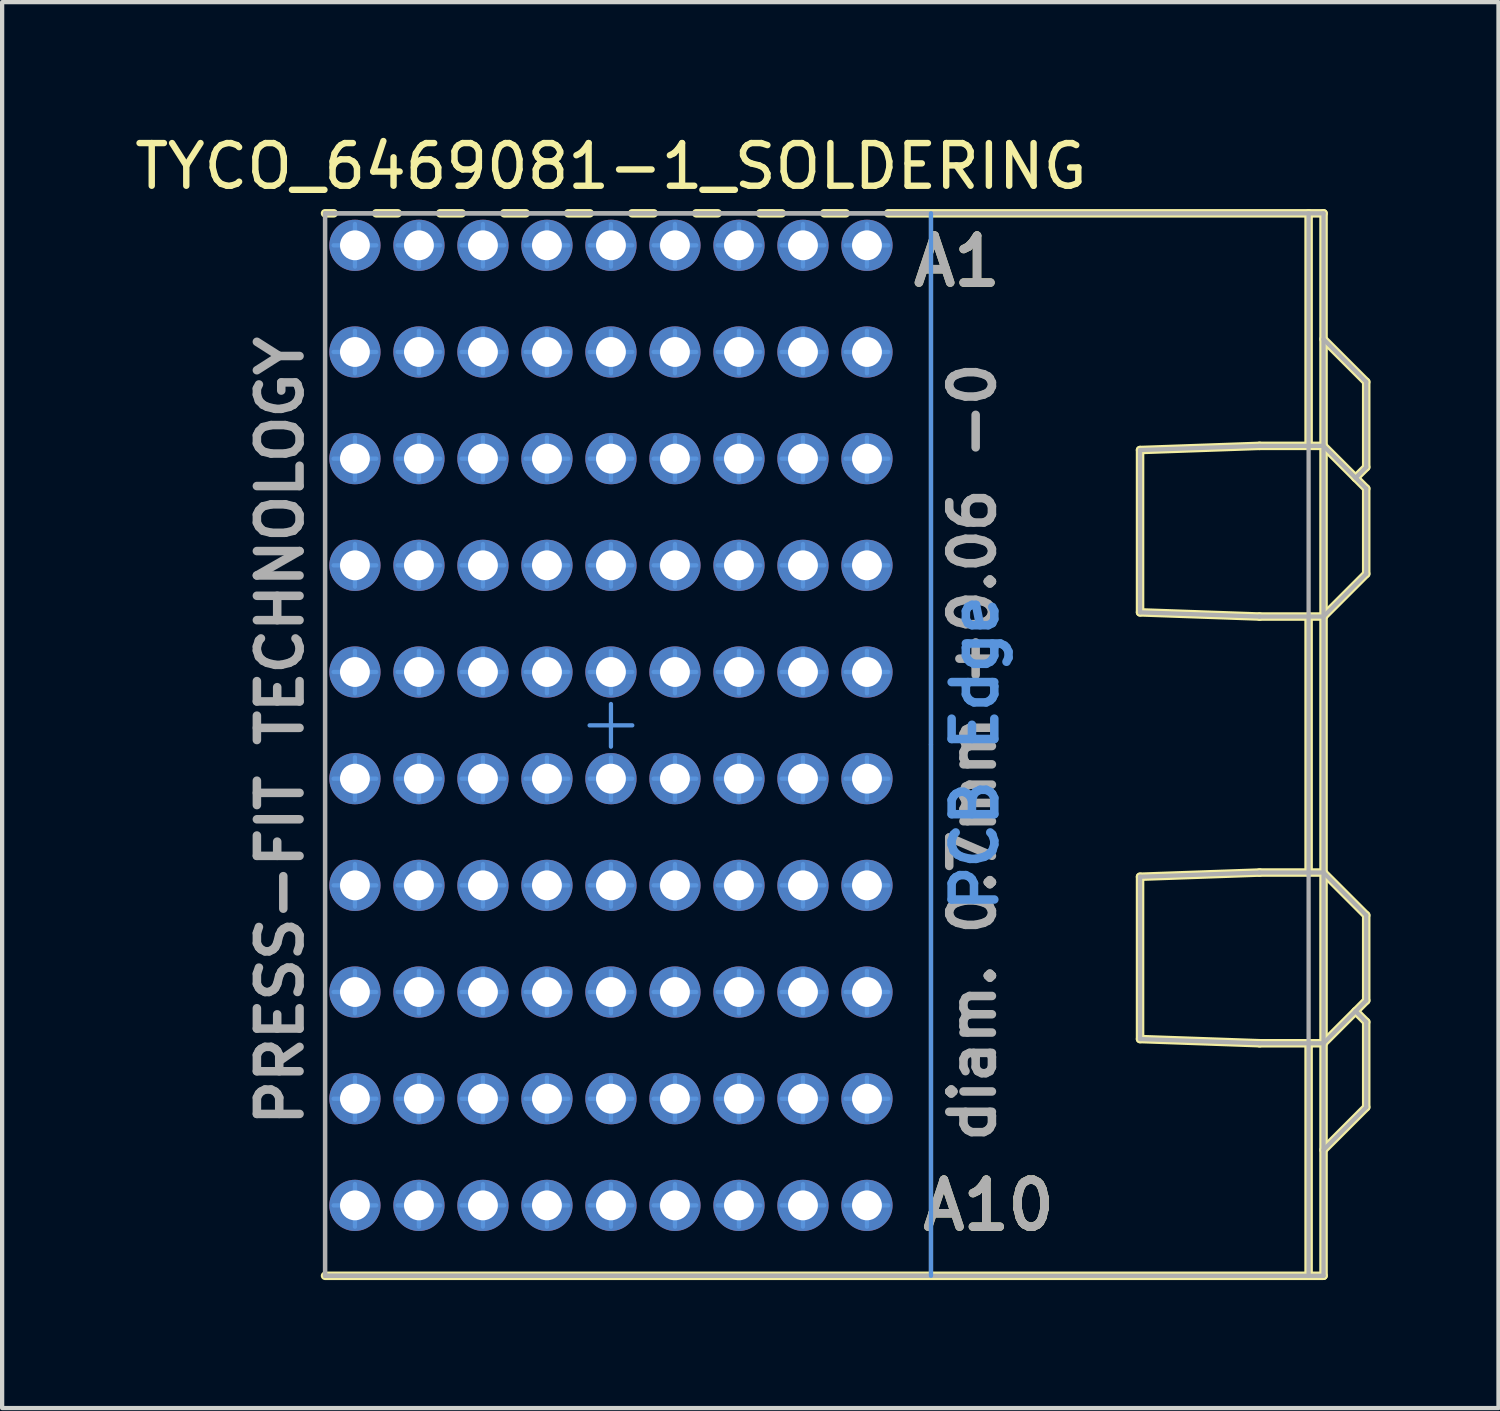
<source format=kicad_pcb>
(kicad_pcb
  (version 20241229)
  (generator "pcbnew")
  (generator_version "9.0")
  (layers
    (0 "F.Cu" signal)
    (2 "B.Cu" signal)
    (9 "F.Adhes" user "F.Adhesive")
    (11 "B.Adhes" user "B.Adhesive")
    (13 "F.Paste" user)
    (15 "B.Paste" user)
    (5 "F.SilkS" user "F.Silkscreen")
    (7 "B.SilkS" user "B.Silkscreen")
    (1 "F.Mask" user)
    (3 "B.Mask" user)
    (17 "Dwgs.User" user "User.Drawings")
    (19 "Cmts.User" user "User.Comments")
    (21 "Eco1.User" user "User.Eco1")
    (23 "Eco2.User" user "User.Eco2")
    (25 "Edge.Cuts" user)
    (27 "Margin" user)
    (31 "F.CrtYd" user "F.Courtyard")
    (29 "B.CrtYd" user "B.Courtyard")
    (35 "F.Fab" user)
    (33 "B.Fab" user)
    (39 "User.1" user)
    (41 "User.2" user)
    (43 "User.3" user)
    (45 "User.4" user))
  (footprint "TYCO_6469081-1_SOLDERING"
    (layer "F.Cu")
    (at 11.268 13.949)
    (property "Reference" "TYCO_6469081-1_SOLDERING" (at 0 -13.101 0) (layer "F.SilkS") (effects (font (size 1 1) (thickness 0.15))))
    (attr through_hole)
    (fp_line (start -6.7 -12) (end -6.497 -12) (stroke (width 0.2) (type solid)) (layer "F.SilkS"))
    (fp_line (start -6.7 12.9) (end 16.7 12.9) (stroke (width 0.2) (type solid)) (layer "F.SilkS"))
    (fp_line (start -5.502 -12) (end -4.997 -12) (stroke (width 0.2) (type solid)) (layer "F.SilkS"))
    (fp_line (start -4.002 -12) (end -3.497 -12) (stroke (width 0.2) (type solid)) (layer "F.SilkS"))
    (fp_line (start -2.502 -12) (end -1.997 -12) (stroke (width 0.2) (type solid)) (layer "F.SilkS"))
    (fp_line (start -1.002 -12) (end -0.497 -12) (stroke (width 0.2) (type solid)) (layer "F.SilkS"))
    (fp_line (start 0.498 -12) (end 1.003 -12) (stroke (width 0.2) (type solid)) (layer "F.SilkS"))
    (fp_line (start 1.998 -12) (end 2.503 -12) (stroke (width 0.2) (type solid)) (layer "F.SilkS"))
    (fp_line (start 3.498 -12) (end 4.003 -12) (stroke (width 0.2) (type solid)) (layer "F.SilkS"))
    (fp_line (start 4.998 -12) (end 5.503 -12) (stroke (width 0.2) (type solid)) (layer "F.SilkS"))
    (fp_line (start 6.498 -12) (end 16.7 -12) (stroke (width 0.2) (type solid)) (layer "F.SilkS"))
    (fp_line (start 12.4 -6.452) (end 15.2 -6.55) (stroke (width 0.2) (type solid)) (layer "F.SilkS"))
    (fp_line (start 12.4 -2.648) (end 12.4 -6.452) (stroke (width 0.2) (type solid)) (layer "F.SilkS"))
    (fp_line (start 12.4 -2.648) (end 15.2 -2.55) (stroke (width 0.2) (type solid)) (layer "F.SilkS"))
    (fp_line (start 12.4 3.548) (end 15.2 3.45) (stroke (width 0.2) (type solid)) (layer "F.SilkS"))
    (fp_line (start 12.4 7.352) (end 12.4 3.548) (stroke (width 0.2) (type solid)) (layer "F.SilkS"))
    (fp_line (start 12.4 7.352) (end 15.2 7.45) (stroke (width 0.2) (type solid)) (layer "F.SilkS"))
    (fp_line (start 15.2 -6.55) (end 16.7 -6.55) (stroke (width 0.2) (type solid)) (layer "F.SilkS"))
    (fp_line (start 15.2 -2.55) (end 16.7 -2.55) (stroke (width 0.2) (type solid)) (layer "F.SilkS"))
    (fp_line (start 15.2 3.45) (end 16.7 3.45) (stroke (width 0.2) (type solid)) (layer "F.SilkS"))
    (fp_line (start 15.2 7.45) (end 16.7 7.45) (stroke (width 0.2) (type solid)) (layer "F.SilkS"))
    (fp_line (start 16.35 -6.55) (end 16.35 -12) (stroke (width 0.2) (type solid)) (layer "F.SilkS"))
    (fp_line (start 16.35 3.45) (end 16.35 -2.55) (stroke (width 0.2) (type solid)) (layer "F.SilkS"))
    (fp_line (start 16.35 12.9) (end 16.35 7.45) (stroke (width 0.2) (type solid)) (layer "F.SilkS"))
    (fp_line (start 16.7 -9.05) (end 17.7 -8.05) (stroke (width 0.2) (type solid)) (layer "F.SilkS"))
    (fp_line (start 16.7 -6.55) (end 17.7 -5.55) (stroke (width 0.2) (type solid)) (layer "F.SilkS"))
    (fp_line (start 16.7 -2.55) (end 17.7 -3.55) (stroke (width 0.2) (type solid)) (layer "F.SilkS"))
    (fp_line (start 16.7 3.45) (end 17.7 4.45) (stroke (width 0.2) (type solid)) (layer "F.SilkS"))
    (fp_line (start 16.7 7.45) (end 17.7 6.45) (stroke (width 0.2) (type solid)) (layer "F.SilkS"))
    (fp_line (start 16.7 9.95) (end 17.7 8.95) (stroke (width 0.2) (type solid)) (layer "F.SilkS"))
    (fp_line (start 16.7 12.9) (end 16.7 -12) (stroke (width 0.2) (type solid)) (layer "F.SilkS"))
    (fp_line (start 17.45 -5.8) (end 17.7 -6.05) (stroke (width 0.2) (type solid)) (layer "F.SilkS"))
    (fp_line (start 17.45 6.7) (end 17.7 6.95) (stroke (width 0.2) (type solid)) (layer "F.SilkS"))
    (fp_line (start 17.7 -6.05) (end 17.7 -8.05) (stroke (width 0.2) (type solid)) (layer "F.SilkS"))
    (fp_line (start 17.7 -3.55) (end 17.7 -5.55) (stroke (width 0.2) (type solid)) (layer "F.SilkS"))
    (fp_line (start 17.7 6.45) (end 17.7 4.45) (stroke (width 0.2) (type solid)) (layer "F.SilkS"))
    (fp_line (start 17.7 8.95) (end 17.7 6.95) (stroke (width 0.2) (type solid)) (layer "F.SilkS"))
    (fp_line (start -6.5 -11.25) (end -6 -11.25) (stroke (width 0.1) (type solid)) (layer "Cmts.User"))
    (fp_line (start -6.5 -8.75) (end -6 -8.75) (stroke (width 0.1) (type solid)) (layer "Cmts.User"))
    (fp_line (start -6.5 -6.25) (end -6 -6.25) (stroke (width 0.1) (type solid)) (layer "Cmts.User"))
    (fp_line (start -6.5 -3.75) (end -6 -3.75) (stroke (width 0.1) (type solid)) (layer "Cmts.User"))
    (fp_line (start -6.5 -1.25) (end -6 -1.25) (stroke (width 0.1) (type solid)) (layer "Cmts.User"))
    (fp_line (start -6.5 1.25) (end -6 1.25) (stroke (width 0.1) (type solid)) (layer "Cmts.User"))
    (fp_line (start -6.5 3.75) (end -6 3.75) (stroke (width 0.1) (type solid)) (layer "Cmts.User"))
    (fp_line (start -6.5 6.25) (end -6 6.25) (stroke (width 0.1) (type solid)) (layer "Cmts.User"))
    (fp_line (start -6.5 8.75) (end -6 8.75) (stroke (width 0.1) (type solid)) (layer "Cmts.User"))
    (fp_line (start -6.5 11.25) (end -6 11.25) (stroke (width 0.1) (type solid)) (layer "Cmts.User"))
    (fp_line (start -6 -11.25) (end -6 -11.75) (stroke (width 0.1) (type solid)) (layer "Cmts.User"))
    (fp_line (start -6 -11.25) (end -5.5 -11.25) (stroke (width 0.1) (type solid)) (layer "Cmts.User"))
    (fp_line (start -6 -10.75) (end -6 -11.25) (stroke (width 0.1) (type solid)) (layer "Cmts.User"))
    (fp_line (start -6 -8.75) (end -6 -9.25) (stroke (width 0.1) (type solid)) (layer "Cmts.User"))
    (fp_line (start -6 -8.75) (end -5.5 -8.75) (stroke (width 0.1) (type solid)) (layer "Cmts.User"))
    (fp_line (start -6 -8.25) (end -6 -8.75) (stroke (width 0.1) (type solid)) (layer "Cmts.User"))
    (fp_line (start -6 -6.25) (end -6 -6.75) (stroke (width 0.1) (type solid)) (layer "Cmts.User"))
    (fp_line (start -6 -6.25) (end -5.5 -6.25) (stroke (width 0.1) (type solid)) (layer "Cmts.User"))
    (fp_line (start -6 -5.75) (end -6 -6.25) (stroke (width 0.1) (type solid)) (layer "Cmts.User"))
    (fp_line (start -6 -3.75) (end -6 -4.25) (stroke (width 0.1) (type solid)) (layer "Cmts.User"))
    (fp_line (start -6 -3.75) (end -5.5 -3.75) (stroke (width 0.1) (type solid)) (layer "Cmts.User"))
    (fp_line (start -6 -3.25) (end -6 -3.75) (stroke (width 0.1) (type solid)) (layer "Cmts.User"))
    (fp_line (start -6 -1.25) (end -6 -1.75) (stroke (width 0.1) (type solid)) (layer "Cmts.User"))
    (fp_line (start -6 -1.25) (end -5.5 -1.25) (stroke (width 0.1) (type solid)) (layer "Cmts.User"))
    (fp_line (start -6 -0.75) (end -6 -1.25) (stroke (width 0.1) (type solid)) (layer "Cmts.User"))
    (fp_line (start -6 1.25) (end -6 0.75) (stroke (width 0.1) (type solid)) (layer "Cmts.User"))
    (fp_line (start -6 1.25) (end -5.5 1.25) (stroke (width 0.1) (type solid)) (layer "Cmts.User"))
    (fp_line (start -6 1.75) (end -6 1.25) (stroke (width 0.1) (type solid)) (layer "Cmts.User"))
    (fp_line (start -6 3.75) (end -6 3.25) (stroke (width 0.1) (type solid)) (layer "Cmts.User"))
    (fp_line (start -6 3.75) (end -5.5 3.75) (stroke (width 0.1) (type solid)) (layer "Cmts.User"))
    (fp_line (start -6 4.25) (end -6 3.75) (stroke (width 0.1) (type solid)) (layer "Cmts.User"))
    (fp_line (start -6 6.25) (end -6 5.75) (stroke (width 0.1) (type solid)) (layer "Cmts.User"))
    (fp_line (start -6 6.25) (end -5.5 6.25) (stroke (width 0.1) (type solid)) (layer "Cmts.User"))
    (fp_line (start -6 6.75) (end -6 6.25) (stroke (width 0.1) (type solid)) (layer "Cmts.User"))
    (fp_line (start -6 8.75) (end -6 8.25) (stroke (width 0.1) (type solid)) (layer "Cmts.User"))
    (fp_line (start -6 8.75) (end -5.5 8.75) (stroke (width 0.1) (type solid)) (layer "Cmts.User"))
    (fp_line (start -6 9.25) (end -6 8.75) (stroke (width 0.1) (type solid)) (layer "Cmts.User"))
    (fp_line (start -6 11.25) (end -6 10.75) (stroke (width 0.1) (type solid)) (layer "Cmts.User"))
    (fp_line (start -6 11.25) (end -5.5 11.25) (stroke (width 0.1) (type solid)) (layer "Cmts.User"))
    (fp_line (start -6 11.75) (end -6 11.25) (stroke (width 0.1) (type solid)) (layer "Cmts.User"))
    (fp_line (start -5 -11.25) (end -4.5 -11.25) (stroke (width 0.1) (type solid)) (layer "Cmts.User"))
    (fp_line (start -5 -8.75) (end -4.5 -8.75) (stroke (width 0.1) (type solid)) (layer "Cmts.User"))
    (fp_line (start -5 -6.25) (end -4.5 -6.25) (stroke (width 0.1) (type solid)) (layer "Cmts.User"))
    (fp_line (start -5 -3.75) (end -4.5 -3.75) (stroke (width 0.1) (type solid)) (layer "Cmts.User"))
    (fp_line (start -5 -1.25) (end -4.5 -1.25) (stroke (width 0.1) (type solid)) (layer "Cmts.User"))
    (fp_line (start -5 1.25) (end -4.5 1.25) (stroke (width 0.1) (type solid)) (layer "Cmts.User"))
    (fp_line (start -5 3.75) (end -4.5 3.75) (stroke (width 0.1) (type solid)) (layer "Cmts.User"))
    (fp_line (start -5 6.25) (end -4.5 6.25) (stroke (width 0.1) (type solid)) (layer "Cmts.User"))
    (fp_line (start -5 8.75) (end -4.5 8.75) (stroke (width 0.1) (type solid)) (layer "Cmts.User"))
    (fp_line (start -5 11.25) (end -4.5 11.25) (stroke (width 0.1) (type solid)) (layer "Cmts.User"))
    (fp_line (start -4.5 -11.25) (end -4.5 -11.75) (stroke (width 0.1) (type solid)) (layer "Cmts.User"))
    (fp_line (start -4.5 -11.25) (end -4 -11.25) (stroke (width 0.1) (type solid)) (layer "Cmts.User"))
    (fp_line (start -4.5 -10.75) (end -4.5 -11.25) (stroke (width 0.1) (type solid)) (layer "Cmts.User"))
    (fp_line (start -4.5 -8.75) (end -4.5 -9.25) (stroke (width 0.1) (type solid)) (layer "Cmts.User"))
    (fp_line (start -4.5 -8.75) (end -4 -8.75) (stroke (width 0.1) (type solid)) (layer "Cmts.User"))
    (fp_line (start -4.5 -8.25) (end -4.5 -8.75) (stroke (width 0.1) (type solid)) (layer "Cmts.User"))
    (fp_line (start -4.5 -6.25) (end -4.5 -6.75) (stroke (width 0.1) (type solid)) (layer "Cmts.User"))
    (fp_line (start -4.5 -6.25) (end -4 -6.25) (stroke (width 0.1) (type solid)) (layer "Cmts.User"))
    (fp_line (start -4.5 -5.75) (end -4.5 -6.25) (stroke (width 0.1) (type solid)) (layer "Cmts.User"))
    (fp_line (start -4.5 -3.75) (end -4.5 -4.25) (stroke (width 0.1) (type solid)) (layer "Cmts.User"))
    (fp_line (start -4.5 -3.75) (end -4 -3.75) (stroke (width 0.1) (type solid)) (layer "Cmts.User"))
    (fp_line (start -4.5 -3.25) (end -4.5 -3.75) (stroke (width 0.1) (type solid)) (layer "Cmts.User"))
    (fp_line (start -4.5 -1.25) (end -4.5 -1.75) (stroke (width 0.1) (type solid)) (layer "Cmts.User"))
    (fp_line (start -4.5 -1.25) (end -4 -1.25) (stroke (width 0.1) (type solid)) (layer "Cmts.User"))
    (fp_line (start -4.5 -0.75) (end -4.5 -1.25) (stroke (width 0.1) (type solid)) (layer "Cmts.User"))
    (fp_line (start -4.5 1.25) (end -4.5 0.75) (stroke (width 0.1) (type solid)) (layer "Cmts.User"))
    (fp_line (start -4.5 1.25) (end -4 1.25) (stroke (width 0.1) (type solid)) (layer "Cmts.User"))
    (fp_line (start -4.5 1.75) (end -4.5 1.25) (stroke (width 0.1) (type solid)) (layer "Cmts.User"))
    (fp_line (start -4.5 3.75) (end -4.5 3.25) (stroke (width 0.1) (type solid)) (layer "Cmts.User"))
    (fp_line (start -4.5 3.75) (end -4 3.75) (stroke (width 0.1) (type solid)) (layer "Cmts.User"))
    (fp_line (start -4.5 4.25) (end -4.5 3.75) (stroke (width 0.1) (type solid)) (layer "Cmts.User"))
    (fp_line (start -4.5 6.25) (end -4.5 5.75) (stroke (width 0.1) (type solid)) (layer "Cmts.User"))
    (fp_line (start -4.5 6.25) (end -4 6.25) (stroke (width 0.1) (type solid)) (layer "Cmts.User"))
    (fp_line (start -4.5 6.75) (end -4.5 6.25) (stroke (width 0.1) (type solid)) (layer "Cmts.User"))
    (fp_line (start -4.5 8.75) (end -4.5 8.25) (stroke (width 0.1) (type solid)) (layer "Cmts.User"))
    (fp_line (start -4.5 8.75) (end -4 8.75) (stroke (width 0.1) (type solid)) (layer "Cmts.User"))
    (fp_line (start -4.5 9.25) (end -4.5 8.75) (stroke (width 0.1) (type solid)) (layer "Cmts.User"))
    (fp_line (start -4.5 11.25) (end -4.5 10.75) (stroke (width 0.1) (type solid)) (layer "Cmts.User"))
    (fp_line (start -4.5 11.25) (end -4 11.25) (stroke (width 0.1) (type solid)) (layer "Cmts.User"))
    (fp_line (start -4.5 11.75) (end -4.5 11.25) (stroke (width 0.1) (type solid)) (layer "Cmts.User"))
    (fp_line (start -3.5 -11.25) (end -3 -11.25) (stroke (width 0.1) (type solid)) (layer "Cmts.User"))
    (fp_line (start -3.5 -8.75) (end -3 -8.75) (stroke (width 0.1) (type solid)) (layer "Cmts.User"))
    (fp_line (start -3.5 -6.25) (end -3 -6.25) (stroke (width 0.1) (type solid)) (layer "Cmts.User"))
    (fp_line (start -3.5 -3.75) (end -3 -3.75) (stroke (width 0.1) (type solid)) (layer "Cmts.User"))
    (fp_line (start -3.5 -1.25) (end -3 -1.25) (stroke (width 0.1) (type solid)) (layer "Cmts.User"))
    (fp_line (start -3.5 1.25) (end -3 1.25) (stroke (width 0.1) (type solid)) (layer "Cmts.User"))
    (fp_line (start -3.5 3.75) (end -3 3.75) (stroke (width 0.1) (type solid)) (layer "Cmts.User"))
    (fp_line (start -3.5 6.25) (end -3 6.25) (stroke (width 0.1) (type solid)) (layer "Cmts.User"))
    (fp_line (start -3.5 8.75) (end -3 8.75) (stroke (width 0.1) (type solid)) (layer "Cmts.User"))
    (fp_line (start -3.5 11.25) (end -3 11.25) (stroke (width 0.1) (type solid)) (layer "Cmts.User"))
    (fp_line (start -3 -11.25) (end -3 -11.75) (stroke (width 0.1) (type solid)) (layer "Cmts.User"))
    (fp_line (start -3 -11.25) (end -2.5 -11.25) (stroke (width 0.1) (type solid)) (layer "Cmts.User"))
    (fp_line (start -3 -10.75) (end -3 -11.25) (stroke (width 0.1) (type solid)) (layer "Cmts.User"))
    (fp_line (start -3 -8.75) (end -3 -9.25) (stroke (width 0.1) (type solid)) (layer "Cmts.User"))
    (fp_line (start -3 -8.75) (end -2.5 -8.75) (stroke (width 0.1) (type solid)) (layer "Cmts.User"))
    (fp_line (start -3 -8.25) (end -3 -8.75) (stroke (width 0.1) (type solid)) (layer "Cmts.User"))
    (fp_line (start -3 -6.25) (end -3 -6.75) (stroke (width 0.1) (type solid)) (layer "Cmts.User"))
    (fp_line (start -3 -6.25) (end -2.5 -6.25) (stroke (width 0.1) (type solid)) (layer "Cmts.User"))
    (fp_line (start -3 -5.75) (end -3 -6.25) (stroke (width 0.1) (type solid)) (layer "Cmts.User"))
    (fp_line (start -3 -3.75) (end -3 -4.25) (stroke (width 0.1) (type solid)) (layer "Cmts.User"))
    (fp_line (start -3 -3.75) (end -2.5 -3.75) (stroke (width 0.1) (type solid)) (layer "Cmts.User"))
    (fp_line (start -3 -3.25) (end -3 -3.75) (stroke (width 0.1) (type solid)) (layer "Cmts.User"))
    (fp_line (start -3 -1.25) (end -3 -1.75) (stroke (width 0.1) (type solid)) (layer "Cmts.User"))
    (fp_line (start -3 -1.25) (end -2.5 -1.25) (stroke (width 0.1) (type solid)) (layer "Cmts.User"))
    (fp_line (start -3 -0.75) (end -3 -1.25) (stroke (width 0.1) (type solid)) (layer "Cmts.User"))
    (fp_line (start -3 1.25) (end -3 0.75) (stroke (width 0.1) (type solid)) (layer "Cmts.User"))
    (fp_line (start -3 1.25) (end -2.5 1.25) (stroke (width 0.1) (type solid)) (layer "Cmts.User"))
    (fp_line (start -3 1.75) (end -3 1.25) (stroke (width 0.1) (type solid)) (layer "Cmts.User"))
    (fp_line (start -3 3.75) (end -3 3.25) (stroke (width 0.1) (type solid)) (layer "Cmts.User"))
    (fp_line (start -3 3.75) (end -2.5 3.75) (stroke (width 0.1) (type solid)) (layer "Cmts.User"))
    (fp_line (start -3 4.25) (end -3 3.75) (stroke (width 0.1) (type solid)) (layer "Cmts.User"))
    (fp_line (start -3 6.25) (end -3 5.75) (stroke (width 0.1) (type solid)) (layer "Cmts.User"))
    (fp_line (start -3 6.25) (end -2.5 6.25) (stroke (width 0.1) (type solid)) (layer "Cmts.User"))
    (fp_line (start -3 6.75) (end -3 6.25) (stroke (width 0.1) (type solid)) (layer "Cmts.User"))
    (fp_line (start -3 8.75) (end -3 8.25) (stroke (width 0.1) (type solid)) (layer "Cmts.User"))
    (fp_line (start -3 8.75) (end -2.5 8.75) (stroke (width 0.1) (type solid)) (layer "Cmts.User"))
    (fp_line (start -3 9.25) (end -3 8.75) (stroke (width 0.1) (type solid)) (layer "Cmts.User"))
    (fp_line (start -3 11.25) (end -3 10.75) (stroke (width 0.1) (type solid)) (layer "Cmts.User"))
    (fp_line (start -3 11.25) (end -2.5 11.25) (stroke (width 0.1) (type solid)) (layer "Cmts.User"))
    (fp_line (start -3 11.75) (end -3 11.25) (stroke (width 0.1) (type solid)) (layer "Cmts.User"))
    (fp_line (start -2 -11.25) (end -1.5 -11.25) (stroke (width 0.1) (type solid)) (layer "Cmts.User"))
    (fp_line (start -2 -8.75) (end -1.5 -8.75) (stroke (width 0.1) (type solid)) (layer "Cmts.User"))
    (fp_line (start -2 -6.25) (end -1.5 -6.25) (stroke (width 0.1) (type solid)) (layer "Cmts.User"))
    (fp_line (start -2 -3.75) (end -1.5 -3.75) (stroke (width 0.1) (type solid)) (layer "Cmts.User"))
    (fp_line (start -2 -1.25) (end -1.5 -1.25) (stroke (width 0.1) (type solid)) (layer "Cmts.User"))
    (fp_line (start -2 1.25) (end -1.5 1.25) (stroke (width 0.1) (type solid)) (layer "Cmts.User"))
    (fp_line (start -2 3.75) (end -1.5 3.75) (stroke (width 0.1) (type solid)) (layer "Cmts.User"))
    (fp_line (start -2 6.25) (end -1.5 6.25) (stroke (width 0.1) (type solid)) (layer "Cmts.User"))
    (fp_line (start -2 8.75) (end -1.5 8.75) (stroke (width 0.1) (type solid)) (layer "Cmts.User"))
    (fp_line (start -2 11.25) (end -1.5 11.25) (stroke (width 0.1) (type solid)) (layer "Cmts.User"))
    (fp_line (start -1.5 -11.25) (end -1.5 -11.75) (stroke (width 0.1) (type solid)) (layer "Cmts.User"))
    (fp_line (start -1.5 -11.25) (end -1 -11.25) (stroke (width 0.1) (type solid)) (layer "Cmts.User"))
    (fp_line (start -1.5 -10.75) (end -1.5 -11.25) (stroke (width 0.1) (type solid)) (layer "Cmts.User"))
    (fp_line (start -1.5 -8.75) (end -1.5 -9.25) (stroke (width 0.1) (type solid)) (layer "Cmts.User"))
    (fp_line (start -1.5 -8.75) (end -1 -8.75) (stroke (width 0.1) (type solid)) (layer "Cmts.User"))
    (fp_line (start -1.5 -8.25) (end -1.5 -8.75) (stroke (width 0.1) (type solid)) (layer "Cmts.User"))
    (fp_line (start -1.5 -6.25) (end -1.5 -6.75) (stroke (width 0.1) (type solid)) (layer "Cmts.User"))
    (fp_line (start -1.5 -6.25) (end -1 -6.25) (stroke (width 0.1) (type solid)) (layer "Cmts.User"))
    (fp_line (start -1.5 -5.75) (end -1.5 -6.25) (stroke (width 0.1) (type solid)) (layer "Cmts.User"))
    (fp_line (start -1.5 -3.75) (end -1.5 -4.25) (stroke (width 0.1) (type solid)) (layer "Cmts.User"))
    (fp_line (start -1.5 -3.75) (end -1 -3.75) (stroke (width 0.1) (type solid)) (layer "Cmts.User"))
    (fp_line (start -1.5 -3.25) (end -1.5 -3.75) (stroke (width 0.1) (type solid)) (layer "Cmts.User"))
    (fp_line (start -1.5 -1.25) (end -1.5 -1.75) (stroke (width 0.1) (type solid)) (layer "Cmts.User"))
    (fp_line (start -1.5 -1.25) (end -1 -1.25) (stroke (width 0.1) (type solid)) (layer "Cmts.User"))
    (fp_line (start -1.5 -0.75) (end -1.5 -1.25) (stroke (width 0.1) (type solid)) (layer "Cmts.User"))
    (fp_line (start -1.5 1.25) (end -1.5 0.75) (stroke (width 0.1) (type solid)) (layer "Cmts.User"))
    (fp_line (start -1.5 1.25) (end -1 1.25) (stroke (width 0.1) (type solid)) (layer "Cmts.User"))
    (fp_line (start -1.5 1.75) (end -1.5 1.25) (stroke (width 0.1) (type solid)) (layer "Cmts.User"))
    (fp_line (start -1.5 3.75) (end -1.5 3.25) (stroke (width 0.1) (type solid)) (layer "Cmts.User"))
    (fp_line (start -1.5 3.75) (end -1 3.75) (stroke (width 0.1) (type solid)) (layer "Cmts.User"))
    (fp_line (start -1.5 4.25) (end -1.5 3.75) (stroke (width 0.1) (type solid)) (layer "Cmts.User"))
    (fp_line (start -1.5 6.25) (end -1.5 5.75) (stroke (width 0.1) (type solid)) (layer "Cmts.User"))
    (fp_line (start -1.5 6.25) (end -1 6.25) (stroke (width 0.1) (type solid)) (layer "Cmts.User"))
    (fp_line (start -1.5 6.75) (end -1.5 6.25) (stroke (width 0.1) (type solid)) (layer "Cmts.User"))
    (fp_line (start -1.5 8.75) (end -1.5 8.25) (stroke (width 0.1) (type solid)) (layer "Cmts.User"))
    (fp_line (start -1.5 8.75) (end -1 8.75) (stroke (width 0.1) (type solid)) (layer "Cmts.User"))
    (fp_line (start -1.5 9.25) (end -1.5 8.75) (stroke (width 0.1) (type solid)) (layer "Cmts.User"))
    (fp_line (start -1.5 11.25) (end -1.5 10.75) (stroke (width 0.1) (type solid)) (layer "Cmts.User"))
    (fp_line (start -1.5 11.25) (end -1 11.25) (stroke (width 0.1) (type solid)) (layer "Cmts.User"))
    (fp_line (start -1.5 11.75) (end -1.5 11.25) (stroke (width 0.1) (type solid)) (layer "Cmts.User"))
    (fp_line (start -0.5 -11.25) (end 0 -11.25) (stroke (width 0.1) (type solid)) (layer "Cmts.User"))
    (fp_line (start -0.5 -8.75) (end 0 -8.75) (stroke (width 0.1) (type solid)) (layer "Cmts.User"))
    (fp_line (start -0.5 -6.25) (end 0 -6.25) (stroke (width 0.1) (type solid)) (layer "Cmts.User"))
    (fp_line (start -0.5 -3.75) (end 0 -3.75) (stroke (width 0.1) (type solid)) (layer "Cmts.User"))
    (fp_line (start -0.5 -1.25) (end 0 -1.25) (stroke (width 0.1) (type solid)) (layer "Cmts.User"))
    (fp_line (start -0.5 0) (end 0 0) (stroke (width 0.1) (type solid)) (layer "Cmts.User"))
    (fp_line (start -0.5 1.25) (end 0 1.25) (stroke (width 0.1) (type solid)) (layer "Cmts.User"))
    (fp_line (start -0.5 3.75) (end 0 3.75) (stroke (width 0.1) (type solid)) (layer "Cmts.User"))
    (fp_line (start -0.5 6.25) (end 0 6.25) (stroke (width 0.1) (type solid)) (layer "Cmts.User"))
    (fp_line (start -0.5 8.75) (end 0 8.75) (stroke (width 0.1) (type solid)) (layer "Cmts.User"))
    (fp_line (start -0.5 11.25) (end 0 11.25) (stroke (width 0.1) (type solid)) (layer "Cmts.User"))
    (fp_line (start 0 -11.25) (end 0 -11.75) (stroke (width 0.1) (type solid)) (layer "Cmts.User"))
    (fp_line (start 0 -11.25) (end 0.5 -11.25) (stroke (width 0.1) (type solid)) (layer "Cmts.User"))
    (fp_line (start 0 -10.75) (end 0 -11.25) (stroke (width 0.1) (type solid)) (layer "Cmts.User"))
    (fp_line (start 0 -8.75) (end 0 -9.25) (stroke (width 0.1) (type solid)) (layer "Cmts.User"))
    (fp_line (start 0 -8.75) (end 0.5 -8.75) (stroke (width 0.1) (type solid)) (layer "Cmts.User"))
    (fp_line (start 0 -8.25) (end 0 -8.75) (stroke (width 0.1) (type solid)) (layer "Cmts.User"))
    (fp_line (start 0 -6.25) (end 0 -6.75) (stroke (width 0.1) (type solid)) (layer "Cmts.User"))
    (fp_line (start 0 -6.25) (end 0.5 -6.25) (stroke (width 0.1) (type solid)) (layer "Cmts.User"))
    (fp_line (start 0 -5.75) (end 0 -6.25) (stroke (width 0.1) (type solid)) (layer "Cmts.User"))
    (fp_line (start 0 -3.75) (end 0 -4.25) (stroke (width 0.1) (type solid)) (layer "Cmts.User"))
    (fp_line (start 0 -3.75) (end 0.5 -3.75) (stroke (width 0.1) (type solid)) (layer "Cmts.User"))
    (fp_line (start 0 -3.25) (end 0 -3.75) (stroke (width 0.1) (type solid)) (layer "Cmts.User"))
    (fp_line (start 0 -1.25) (end 0 -1.75) (stroke (width 0.1) (type solid)) (layer "Cmts.User"))
    (fp_line (start 0 -1.25) (end 0.5 -1.25) (stroke (width 0.1) (type solid)) (layer "Cmts.User"))
    (fp_line (start 0 -0.75) (end 0 -1.25) (stroke (width 0.1) (type solid)) (layer "Cmts.User"))
    (fp_line (start 0 0) (end 0 -0.5) (stroke (width 0.1) (type solid)) (layer "Cmts.User"))
    (fp_line (start 0 0) (end 0.5 0) (stroke (width 0.1) (type solid)) (layer "Cmts.User"))
    (fp_line (start 0 0.5) (end 0 0) (stroke (width 0.1) (type solid)) (layer "Cmts.User"))
    (fp_line (start 0 1.25) (end 0 0.75) (stroke (width 0.1) (type solid)) (layer "Cmts.User"))
    (fp_line (start 0 1.25) (end 0.5 1.25) (stroke (width 0.1) (type solid)) (layer "Cmts.User"))
    (fp_line (start 0 1.75) (end 0 1.25) (stroke (width 0.1) (type solid)) (layer "Cmts.User"))
    (fp_line (start 0 3.75) (end 0 3.25) (stroke (width 0.1) (type solid)) (layer "Cmts.User"))
    (fp_line (start 0 3.75) (end 0.5 3.75) (stroke (width 0.1) (type solid)) (layer "Cmts.User"))
    (fp_line (start 0 4.25) (end 0 3.75) (stroke (width 0.1) (type solid)) (layer "Cmts.User"))
    (fp_line (start 0 6.25) (end 0 5.75) (stroke (width 0.1) (type solid)) (layer "Cmts.User"))
    (fp_line (start 0 6.25) (end 0.5 6.25) (stroke (width 0.1) (type solid)) (layer "Cmts.User"))
    (fp_line (start 0 6.75) (end 0 6.25) (stroke (width 0.1) (type solid)) (layer "Cmts.User"))
    (fp_line (start 0 8.75) (end 0 8.25) (stroke (width 0.1) (type solid)) (layer "Cmts.User"))
    (fp_line (start 0 8.75) (end 0.5 8.75) (stroke (width 0.1) (type solid)) (layer "Cmts.User"))
    (fp_line (start 0 9.25) (end 0 8.75) (stroke (width 0.1) (type solid)) (layer "Cmts.User"))
    (fp_line (start 0 11.25) (end 0 10.75) (stroke (width 0.1) (type solid)) (layer "Cmts.User"))
    (fp_line (start 0 11.25) (end 0.5 11.25) (stroke (width 0.1) (type solid)) (layer "Cmts.User"))
    (fp_line (start 0 11.75) (end 0 11.25) (stroke (width 0.1) (type solid)) (layer "Cmts.User"))
    (fp_line (start 1 -11.25) (end 1.5 -11.25) (stroke (width 0.1) (type solid)) (layer "Cmts.User"))
    (fp_line (start 1 -8.75) (end 1.5 -8.75) (stroke (width 0.1) (type solid)) (layer "Cmts.User"))
    (fp_line (start 1 -6.25) (end 1.5 -6.25) (stroke (width 0.1) (type solid)) (layer "Cmts.User"))
    (fp_line (start 1 -3.75) (end 1.5 -3.75) (stroke (width 0.1) (type solid)) (layer "Cmts.User"))
    (fp_line (start 1 -1.25) (end 1.5 -1.25) (stroke (width 0.1) (type solid)) (layer "Cmts.User"))
    (fp_line (start 1 1.25) (end 1.5 1.25) (stroke (width 0.1) (type solid)) (layer "Cmts.User"))
    (fp_line (start 1 3.75) (end 1.5 3.75) (stroke (width 0.1) (type solid)) (layer "Cmts.User"))
    (fp_line (start 1 6.25) (end 1.5 6.25) (stroke (width 0.1) (type solid)) (layer "Cmts.User"))
    (fp_line (start 1 8.75) (end 1.5 8.75) (stroke (width 0.1) (type solid)) (layer "Cmts.User"))
    (fp_line (start 1 11.25) (end 1.5 11.25) (stroke (width 0.1) (type solid)) (layer "Cmts.User"))
    (fp_line (start 1.5 -11.25) (end 1.5 -11.75) (stroke (width 0.1) (type solid)) (layer "Cmts.User"))
    (fp_line (start 1.5 -11.25) (end 2 -11.25) (stroke (width 0.1) (type solid)) (layer "Cmts.User"))
    (fp_line (start 1.5 -10.75) (end 1.5 -11.25) (stroke (width 0.1) (type solid)) (layer "Cmts.User"))
    (fp_line (start 1.5 -8.75) (end 1.5 -9.25) (stroke (width 0.1) (type solid)) (layer "Cmts.User"))
    (fp_line (start 1.5 -8.75) (end 2 -8.75) (stroke (width 0.1) (type solid)) (layer "Cmts.User"))
    (fp_line (start 1.5 -8.25) (end 1.5 -8.75) (stroke (width 0.1) (type solid)) (layer "Cmts.User"))
    (fp_line (start 1.5 -6.25) (end 1.5 -6.75) (stroke (width 0.1) (type solid)) (layer "Cmts.User"))
    (fp_line (start 1.5 -6.25) (end 2 -6.25) (stroke (width 0.1) (type solid)) (layer "Cmts.User"))
    (fp_line (start 1.5 -5.75) (end 1.5 -6.25) (stroke (width 0.1) (type solid)) (layer "Cmts.User"))
    (fp_line (start 1.5 -3.75) (end 1.5 -4.25) (stroke (width 0.1) (type solid)) (layer "Cmts.User"))
    (fp_line (start 1.5 -3.75) (end 2 -3.75) (stroke (width 0.1) (type solid)) (layer "Cmts.User"))
    (fp_line (start 1.5 -3.25) (end 1.5 -3.75) (stroke (width 0.1) (type solid)) (layer "Cmts.User"))
    (fp_line (start 1.5 -1.25) (end 1.5 -1.75) (stroke (width 0.1) (type solid)) (layer "Cmts.User"))
    (fp_line (start 1.5 -1.25) (end 2 -1.25) (stroke (width 0.1) (type solid)) (layer "Cmts.User"))
    (fp_line (start 1.5 -0.75) (end 1.5 -1.25) (stroke (width 0.1) (type solid)) (layer "Cmts.User"))
    (fp_line (start 1.5 1.25) (end 1.5 0.75) (stroke (width 0.1) (type solid)) (layer "Cmts.User"))
    (fp_line (start 1.5 1.25) (end 2 1.25) (stroke (width 0.1) (type solid)) (layer "Cmts.User"))
    (fp_line (start 1.5 1.75) (end 1.5 1.25) (stroke (width 0.1) (type solid)) (layer "Cmts.User"))
    (fp_line (start 1.5 3.75) (end 1.5 3.25) (stroke (width 0.1) (type solid)) (layer "Cmts.User"))
    (fp_line (start 1.5 3.75) (end 2 3.75) (stroke (width 0.1) (type solid)) (layer "Cmts.User"))
    (fp_line (start 1.5 4.25) (end 1.5 3.75) (stroke (width 0.1) (type solid)) (layer "Cmts.User"))
    (fp_line (start 1.5 6.25) (end 1.5 5.75) (stroke (width 0.1) (type solid)) (layer "Cmts.User"))
    (fp_line (start 1.5 6.25) (end 2 6.25) (stroke (width 0.1) (type solid)) (layer "Cmts.User"))
    (fp_line (start 1.5 6.75) (end 1.5 6.25) (stroke (width 0.1) (type solid)) (layer "Cmts.User"))
    (fp_line (start 1.5 8.75) (end 1.5 8.25) (stroke (width 0.1) (type solid)) (layer "Cmts.User"))
    (fp_line (start 1.5 8.75) (end 2 8.75) (stroke (width 0.1) (type solid)) (layer "Cmts.User"))
    (fp_line (start 1.5 9.25) (end 1.5 8.75) (stroke (width 0.1) (type solid)) (layer "Cmts.User"))
    (fp_line (start 1.5 11.25) (end 1.5 10.75) (stroke (width 0.1) (type solid)) (layer "Cmts.User"))
    (fp_line (start 1.5 11.25) (end 2 11.25) (stroke (width 0.1) (type solid)) (layer "Cmts.User"))
    (fp_line (start 1.5 11.75) (end 1.5 11.25) (stroke (width 0.1) (type solid)) (layer "Cmts.User"))
    (fp_line (start 2.5 -11.25) (end 3 -11.25) (stroke (width 0.1) (type solid)) (layer "Cmts.User"))
    (fp_line (start 2.5 -8.75) (end 3 -8.75) (stroke (width 0.1) (type solid)) (layer "Cmts.User"))
    (fp_line (start 2.5 -6.25) (end 3 -6.25) (stroke (width 0.1) (type solid)) (layer "Cmts.User"))
    (fp_line (start 2.5 -3.75) (end 3 -3.75) (stroke (width 0.1) (type solid)) (layer "Cmts.User"))
    (fp_line (start 2.5 -1.25) (end 3 -1.25) (stroke (width 0.1) (type solid)) (layer "Cmts.User"))
    (fp_line (start 2.5 1.25) (end 3 1.25) (stroke (width 0.1) (type solid)) (layer "Cmts.User"))
    (fp_line (start 2.5 3.75) (end 3 3.75) (stroke (width 0.1) (type solid)) (layer "Cmts.User"))
    (fp_line (start 2.5 6.25) (end 3 6.25) (stroke (width 0.1) (type solid)) (layer "Cmts.User"))
    (fp_line (start 2.5 8.75) (end 3 8.75) (stroke (width 0.1) (type solid)) (layer "Cmts.User"))
    (fp_line (start 2.5 11.25) (end 3 11.25) (stroke (width 0.1) (type solid)) (layer "Cmts.User"))
    (fp_line (start 3 -11.25) (end 3 -11.75) (stroke (width 0.1) (type solid)) (layer "Cmts.User"))
    (fp_line (start 3 -11.25) (end 3.5 -11.25) (stroke (width 0.1) (type solid)) (layer "Cmts.User"))
    (fp_line (start 3 -10.75) (end 3 -11.25) (stroke (width 0.1) (type solid)) (layer "Cmts.User"))
    (fp_line (start 3 -8.75) (end 3 -9.25) (stroke (width 0.1) (type solid)) (layer "Cmts.User"))
    (fp_line (start 3 -8.75) (end 3.5 -8.75) (stroke (width 0.1) (type solid)) (layer "Cmts.User"))
    (fp_line (start 3 -8.25) (end 3 -8.75) (stroke (width 0.1) (type solid)) (layer "Cmts.User"))
    (fp_line (start 3 -6.25) (end 3 -6.75) (stroke (width 0.1) (type solid)) (layer "Cmts.User"))
    (fp_line (start 3 -6.25) (end 3.5 -6.25) (stroke (width 0.1) (type solid)) (layer "Cmts.User"))
    (fp_line (start 3 -5.75) (end 3 -6.25) (stroke (width 0.1) (type solid)) (layer "Cmts.User"))
    (fp_line (start 3 -3.75) (end 3 -4.25) (stroke (width 0.1) (type solid)) (layer "Cmts.User"))
    (fp_line (start 3 -3.75) (end 3.5 -3.75) (stroke (width 0.1) (type solid)) (layer "Cmts.User"))
    (fp_line (start 3 -3.25) (end 3 -3.75) (stroke (width 0.1) (type solid)) (layer "Cmts.User"))
    (fp_line (start 3 -1.25) (end 3 -1.75) (stroke (width 0.1) (type solid)) (layer "Cmts.User"))
    (fp_line (start 3 -1.25) (end 3.5 -1.25) (stroke (width 0.1) (type solid)) (layer "Cmts.User"))
    (fp_line (start 3 -0.75) (end 3 -1.25) (stroke (width 0.1) (type solid)) (layer "Cmts.User"))
    (fp_line (start 3 1.25) (end 3 0.75) (stroke (width 0.1) (type solid)) (layer "Cmts.User"))
    (fp_line (start 3 1.25) (end 3.5 1.25) (stroke (width 0.1) (type solid)) (layer "Cmts.User"))
    (fp_line (start 3 1.75) (end 3 1.25) (stroke (width 0.1) (type solid)) (layer "Cmts.User"))
    (fp_line (start 3 3.75) (end 3 3.25) (stroke (width 0.1) (type solid)) (layer "Cmts.User"))
    (fp_line (start 3 3.75) (end 3.5 3.75) (stroke (width 0.1) (type solid)) (layer "Cmts.User"))
    (fp_line (start 3 4.25) (end 3 3.75) (stroke (width 0.1) (type solid)) (layer "Cmts.User"))
    (fp_line (start 3 6.25) (end 3 5.75) (stroke (width 0.1) (type solid)) (layer "Cmts.User"))
    (fp_line (start 3 6.25) (end 3.5 6.25) (stroke (width 0.1) (type solid)) (layer "Cmts.User"))
    (fp_line (start 3 6.75) (end 3 6.25) (stroke (width 0.1) (type solid)) (layer "Cmts.User"))
    (fp_line (start 3 8.75) (end 3 8.25) (stroke (width 0.1) (type solid)) (layer "Cmts.User"))
    (fp_line (start 3 8.75) (end 3.5 8.75) (stroke (width 0.1) (type solid)) (layer "Cmts.User"))
    (fp_line (start 3 9.25) (end 3 8.75) (stroke (width 0.1) (type solid)) (layer "Cmts.User"))
    (fp_line (start 3 11.25) (end 3 10.75) (stroke (width 0.1) (type solid)) (layer "Cmts.User"))
    (fp_line (start 3 11.25) (end 3.5 11.25) (stroke (width 0.1) (type solid)) (layer "Cmts.User"))
    (fp_line (start 3 11.75) (end 3 11.25) (stroke (width 0.1) (type solid)) (layer "Cmts.User"))
    (fp_line (start 4 -11.25) (end 4.5 -11.25) (stroke (width 0.1) (type solid)) (layer "Cmts.User"))
    (fp_line (start 4 -8.75) (end 4.5 -8.75) (stroke (width 0.1) (type solid)) (layer "Cmts.User"))
    (fp_line (start 4 -6.25) (end 4.5 -6.25) (stroke (width 0.1) (type solid)) (layer "Cmts.User"))
    (fp_line (start 4 -3.75) (end 4.5 -3.75) (stroke (width 0.1) (type solid)) (layer "Cmts.User"))
    (fp_line (start 4 -1.25) (end 4.5 -1.25) (stroke (width 0.1) (type solid)) (layer "Cmts.User"))
    (fp_line (start 4 1.25) (end 4.5 1.25) (stroke (width 0.1) (type solid)) (layer "Cmts.User"))
    (fp_line (start 4 3.75) (end 4.5 3.75) (stroke (width 0.1) (type solid)) (layer "Cmts.User"))
    (fp_line (start 4 6.25) (end 4.5 6.25) (stroke (width 0.1) (type solid)) (layer "Cmts.User"))
    (fp_line (start 4 8.75) (end 4.5 8.75) (stroke (width 0.1) (type solid)) (layer "Cmts.User"))
    (fp_line (start 4 11.25) (end 4.5 11.25) (stroke (width 0.1) (type solid)) (layer "Cmts.User"))
    (fp_line (start 4.5 -11.25) (end 4.5 -11.75) (stroke (width 0.1) (type solid)) (layer "Cmts.User"))
    (fp_line (start 4.5 -11.25) (end 5 -11.25) (stroke (width 0.1) (type solid)) (layer "Cmts.User"))
    (fp_line (start 4.5 -10.75) (end 4.5 -11.25) (stroke (width 0.1) (type solid)) (layer "Cmts.User"))
    (fp_line (start 4.5 -8.75) (end 4.5 -9.25) (stroke (width 0.1) (type solid)) (layer "Cmts.User"))
    (fp_line (start 4.5 -8.75) (end 5 -8.75) (stroke (width 0.1) (type solid)) (layer "Cmts.User"))
    (fp_line (start 4.5 -8.25) (end 4.5 -8.75) (stroke (width 0.1) (type solid)) (layer "Cmts.User"))
    (fp_line (start 4.5 -6.25) (end 4.5 -6.75) (stroke (width 0.1) (type solid)) (layer "Cmts.User"))
    (fp_line (start 4.5 -6.25) (end 5 -6.25) (stroke (width 0.1) (type solid)) (layer "Cmts.User"))
    (fp_line (start 4.5 -5.75) (end 4.5 -6.25) (stroke (width 0.1) (type solid)) (layer "Cmts.User"))
    (fp_line (start 4.5 -3.75) (end 4.5 -4.25) (stroke (width 0.1) (type solid)) (layer "Cmts.User"))
    (fp_line (start 4.5 -3.75) (end 5 -3.75) (stroke (width 0.1) (type solid)) (layer "Cmts.User"))
    (fp_line (start 4.5 -3.25) (end 4.5 -3.75) (stroke (width 0.1) (type solid)) (layer "Cmts.User"))
    (fp_line (start 4.5 -1.25) (end 4.5 -1.75) (stroke (width 0.1) (type solid)) (layer "Cmts.User"))
    (fp_line (start 4.5 -1.25) (end 5 -1.25) (stroke (width 0.1) (type solid)) (layer "Cmts.User"))
    (fp_line (start 4.5 -0.75) (end 4.5 -1.25) (stroke (width 0.1) (type solid)) (layer "Cmts.User"))
    (fp_line (start 4.5 1.25) (end 4.5 0.75) (stroke (width 0.1) (type solid)) (layer "Cmts.User"))
    (fp_line (start 4.5 1.25) (end 5 1.25) (stroke (width 0.1) (type solid)) (layer "Cmts.User"))
    (fp_line (start 4.5 1.75) (end 4.5 1.25) (stroke (width 0.1) (type solid)) (layer "Cmts.User"))
    (fp_line (start 4.5 3.75) (end 4.5 3.25) (stroke (width 0.1) (type solid)) (layer "Cmts.User"))
    (fp_line (start 4.5 3.75) (end 5 3.75) (stroke (width 0.1) (type solid)) (layer "Cmts.User"))
    (fp_line (start 4.5 4.25) (end 4.5 3.75) (stroke (width 0.1) (type solid)) (layer "Cmts.User"))
    (fp_line (start 4.5 6.25) (end 4.5 5.75) (stroke (width 0.1) (type solid)) (layer "Cmts.User"))
    (fp_line (start 4.5 6.25) (end 5 6.25) (stroke (width 0.1) (type solid)) (layer "Cmts.User"))
    (fp_line (start 4.5 6.75) (end 4.5 6.25) (stroke (width 0.1) (type solid)) (layer "Cmts.User"))
    (fp_line (start 4.5 8.75) (end 4.5 8.25) (stroke (width 0.1) (type solid)) (layer "Cmts.User"))
    (fp_line (start 4.5 8.75) (end 5 8.75) (stroke (width 0.1) (type solid)) (layer "Cmts.User"))
    (fp_line (start 4.5 9.25) (end 4.5 8.75) (stroke (width 0.1) (type solid)) (layer "Cmts.User"))
    (fp_line (start 4.5 11.25) (end 4.5 10.75) (stroke (width 0.1) (type solid)) (layer "Cmts.User"))
    (fp_line (start 4.5 11.25) (end 5 11.25) (stroke (width 0.1) (type solid)) (layer "Cmts.User"))
    (fp_line (start 4.5 11.75) (end 4.5 11.25) (stroke (width 0.1) (type solid)) (layer "Cmts.User"))
    (fp_line (start 5.5 -11.25) (end 6 -11.25) (stroke (width 0.1) (type solid)) (layer "Cmts.User"))
    (fp_line (start 5.5 -8.75) (end 6 -8.75) (stroke (width 0.1) (type solid)) (layer "Cmts.User"))
    (fp_line (start 5.5 -6.25) (end 6 -6.25) (stroke (width 0.1) (type solid)) (layer "Cmts.User"))
    (fp_line (start 5.5 -3.75) (end 6 -3.75) (stroke (width 0.1) (type solid)) (layer "Cmts.User"))
    (fp_line (start 5.5 -1.25) (end 6 -1.25) (stroke (width 0.1) (type solid)) (layer "Cmts.User"))
    (fp_line (start 5.5 1.25) (end 6 1.25) (stroke (width 0.1) (type solid)) (layer "Cmts.User"))
    (fp_line (start 5.5 3.75) (end 6 3.75) (stroke (width 0.1) (type solid)) (layer "Cmts.User"))
    (fp_line (start 5.5 6.25) (end 6 6.25) (stroke (width 0.1) (type solid)) (layer "Cmts.User"))
    (fp_line (start 5.5 8.75) (end 6 8.75) (stroke (width 0.1) (type solid)) (layer "Cmts.User"))
    (fp_line (start 5.5 11.25) (end 6 11.25) (stroke (width 0.1) (type solid)) (layer "Cmts.User"))
    (fp_line (start 6 -11.25) (end 6 -11.75) (stroke (width 0.1) (type solid)) (layer "Cmts.User"))
    (fp_line (start 6 -11.25) (end 6.5 -11.25) (stroke (width 0.1) (type solid)) (layer "Cmts.User"))
    (fp_line (start 6 -10.75) (end 6 -11.25) (stroke (width 0.1) (type solid)) (layer "Cmts.User"))
    (fp_line (start 6 -8.75) (end 6 -9.25) (stroke (width 0.1) (type solid)) (layer "Cmts.User"))
    (fp_line (start 6 -8.75) (end 6.5 -8.75) (stroke (width 0.1) (type solid)) (layer "Cmts.User"))
    (fp_line (start 6 -8.25) (end 6 -8.75) (stroke (width 0.1) (type solid)) (layer "Cmts.User"))
    (fp_line (start 6 -6.25) (end 6 -6.75) (stroke (width 0.1) (type solid)) (layer "Cmts.User"))
    (fp_line (start 6 -6.25) (end 6.5 -6.25) (stroke (width 0.1) (type solid)) (layer "Cmts.User"))
    (fp_line (start 6 -5.75) (end 6 -6.25) (stroke (width 0.1) (type solid)) (layer "Cmts.User"))
    (fp_line (start 6 -3.75) (end 6 -4.25) (stroke (width 0.1) (type solid)) (layer "Cmts.User"))
    (fp_line (start 6 -3.75) (end 6.5 -3.75) (stroke (width 0.1) (type solid)) (layer "Cmts.User"))
    (fp_line (start 6 -3.25) (end 6 -3.75) (stroke (width 0.1) (type solid)) (layer "Cmts.User"))
    (fp_line (start 6 -1.25) (end 6 -1.75) (stroke (width 0.1) (type solid)) (layer "Cmts.User"))
    (fp_line (start 6 -1.25) (end 6.5 -1.25) (stroke (width 0.1) (type solid)) (layer "Cmts.User"))
    (fp_line (start 6 -0.75) (end 6 -1.25) (stroke (width 0.1) (type solid)) (layer "Cmts.User"))
    (fp_line (start 6 1.25) (end 6 0.75) (stroke (width 0.1) (type solid)) (layer "Cmts.User"))
    (fp_line (start 6 1.25) (end 6.5 1.25) (stroke (width 0.1) (type solid)) (layer "Cmts.User"))
    (fp_line (start 6 1.75) (end 6 1.25) (stroke (width 0.1) (type solid)) (layer "Cmts.User"))
    (fp_line (start 6 3.75) (end 6 3.25) (stroke (width 0.1) (type solid)) (layer "Cmts.User"))
    (fp_line (start 6 3.75) (end 6.5 3.75) (stroke (width 0.1) (type solid)) (layer "Cmts.User"))
    (fp_line (start 6 4.25) (end 6 3.75) (stroke (width 0.1) (type solid)) (layer "Cmts.User"))
    (fp_line (start 6 6.25) (end 6 5.75) (stroke (width 0.1) (type solid)) (layer "Cmts.User"))
    (fp_line (start 6 6.25) (end 6.5 6.25) (stroke (width 0.1) (type solid)) (layer "Cmts.User"))
    (fp_line (start 6 6.75) (end 6 6.25) (stroke (width 0.1) (type solid)) (layer "Cmts.User"))
    (fp_line (start 6 8.75) (end 6 8.25) (stroke (width 0.1) (type solid)) (layer "Cmts.User"))
    (fp_line (start 6 8.75) (end 6.5 8.75) (stroke (width 0.1) (type solid)) (layer "Cmts.User"))
    (fp_line (start 6 9.25) (end 6 8.75) (stroke (width 0.1) (type solid)) (layer "Cmts.User"))
    (fp_line (start 6 11.25) (end 6 10.75) (stroke (width 0.1) (type solid)) (layer "Cmts.User"))
    (fp_line (start 6 11.25) (end 6.5 11.25) (stroke (width 0.1) (type solid)) (layer "Cmts.User"))
    (fp_line (start 6 11.75) (end 6 11.25) (stroke (width 0.1) (type solid)) (layer "Cmts.User"))
    (fp_line (start 7.5 0.45) (end 7.5 -12) (stroke (width 0.1) (type solid)) (layer "Cmts.User"))
    (fp_line (start 7.5 12.9) (end 7.5 0.45) (stroke (width 0.1) (type solid)) (layer "Cmts.User"))
    (fp_line (start -6.7 -12) (end 7.5 -12) (stroke (width 0.1) (type solid)) (layer "F.Fab"))
    (fp_line (start -6.7 -12) (end 16.7 -12) (stroke (width 0.1) (type solid)) (layer "F.Fab"))
    (fp_line (start -6.7 12.9) (end -6.7 -12) (stroke (width 0.1) (type solid)) (layer "F.Fab"))
    (fp_line (start -6.7 12.9) (end -6.7 -12) (stroke (width 0.1) (type solid)) (layer "F.Fab"))
    (fp_line (start -6.7 12.9) (end 7.5 12.9) (stroke (width 0.1) (type solid)) (layer "F.Fab"))
    (fp_line (start -6.7 12.9) (end 16.7 12.9) (stroke (width 0.1) (type solid)) (layer "F.Fab"))
    (fp_line (start 7.5 12.9) (end 7.5 -12) (stroke (width 0.1) (type solid)) (layer "F.Fab"))
    (fp_line (start 12.4 -6.452) (end 15.2 -6.55) (stroke (width 0.1) (type solid)) (layer "F.Fab"))
    (fp_line (start 12.4 -2.648) (end 12.4 -6.452) (stroke (width 0.1) (type solid)) (layer "F.Fab"))
    (fp_line (start 12.4 -2.648) (end 15.2 -2.55) (stroke (width 0.1) (type solid)) (layer "F.Fab"))
    (fp_line (start 12.4 3.548) (end 15.2 3.45) (stroke (width 0.1) (type solid)) (layer "F.Fab"))
    (fp_line (start 12.4 7.352) (end 12.4 3.548) (stroke (width 0.1) (type solid)) (layer "F.Fab"))
    (fp_line (start 12.4 7.352) (end 15.2 7.45) (stroke (width 0.1) (type solid)) (layer "F.Fab"))
    (fp_line (start 15.2 -6.55) (end 16.7 -6.55) (stroke (width 0.1) (type solid)) (layer "F.Fab"))
    (fp_line (start 15.2 -2.55) (end 16.7 -2.55) (stroke (width 0.1) (type solid)) (layer "F.Fab"))
    (fp_line (start 15.2 3.45) (end 16.7 3.45) (stroke (width 0.1) (type solid)) (layer "F.Fab"))
    (fp_line (start 15.2 7.45) (end 16.7 7.45) (stroke (width 0.1) (type solid)) (layer "F.Fab"))
    (fp_line (start 16.35 12.9) (end 16.35 -12) (stroke (width 0.1) (type solid)) (layer "F.Fab"))
    (fp_line (start 16.7 -9.05) (end 17.7 -8.05) (stroke (width 0.1) (type solid)) (layer "F.Fab"))
    (fp_line (start 16.7 -6.55) (end 17.7 -5.55) (stroke (width 0.1) (type solid)) (layer "F.Fab"))
    (fp_line (start 16.7 -2.55) (end 17.7 -3.55) (stroke (width 0.1) (type solid)) (layer "F.Fab"))
    (fp_line (start 16.7 3.45) (end 17.7 4.45) (stroke (width 0.1) (type solid)) (layer "F.Fab"))
    (fp_line (start 16.7 7.45) (end 17.7 6.45) (stroke (width 0.1) (type solid)) (layer "F.Fab"))
    (fp_line (start 16.7 9.95) (end 17.7 8.95) (stroke (width 0.1) (type solid)) (layer "F.Fab"))
    (fp_line (start 16.7 12.9) (end 16.7 -12) (stroke (width 0.1) (type solid)) (layer "F.Fab"))
    (fp_line (start 17.45 -5.8) (end 17.7 -6.05) (stroke (width 0.1) (type solid)) (layer "F.Fab"))
    (fp_line (start 17.45 6.7) (end 17.7 6.95) (stroke (width 0.1) (type solid)) (layer "F.Fab"))
    (fp_line (start 17.7 -6.05) (end 17.7 -8.05) (stroke (width 0.1) (type solid)) (layer "F.Fab"))
    (fp_line (start 17.7 -3.55) (end 17.7 -5.55) (stroke (width 0.1) (type solid)) (layer "F.Fab"))
    (fp_line (start 17.7 6.45) (end 17.7 4.45) (stroke (width 0.1) (type solid)) (layer "F.Fab"))
    (fp_line (start 17.7 8.95) (end 17.7 6.95) (stroke (width 0.1) (type solid)) (layer "F.Fab"))
    (fp_text user "A1" (at 8.108 -10.875 0) (layer "F.SilkS") (effects (font (size 1.1 1.1) (thickness 0.2))))
    (fp_text user "A10" (at 8.85 11.25 0) (layer "F.SilkS") (effects (font (size 1.1 1.1) (thickness 0.2))))
    (fp_text user "PCB Edge" (at 8.532 0.653 90) (layer "Cmts.User") (effects (font (size 1 1) (thickness 0.2))))
    (fp_text user "A10" (at 8.85 11.25 0) (layer "F.Fab") (effects (font (size 1.1 1.1) (thickness 0.2))))
    (fp_text user "PRESS-FIT TECHNOLOGY" (at -7.75 0.13 90) (layer "F.Fab") (effects (font (size 1 1) (thickness 0.2))))
    (fp_text user "diam. 0.7mm +0.06 -0" (at 8.476 0.628 90) (layer "F.Fab") (effects (font (size 1 1) (thickness 0.2))))
    (fp_text user "A1" (at 8.108 -10.875 0) (layer "F.Fab") (effects (font (size 1.1 1.1) (thickness 0.2))))
    (pad "A1" thru_hole circle (at 6 -11.25 270) (size 1.2 1.2) (drill 0.7) (layers "*.Cu" "*.Mask"))
    (pad "A2" thru_hole circle (at 6 -8.75) (size 1.2 1.2) (drill 0.7) (layers "*.Cu" "*.Mask"))
    (pad "A3" thru_hole circle (at 6 -6.25) (size 1.2 1.2) (drill 0.7) (layers "*.Cu" "*.Mask"))
    (pad "A4" thru_hole circle (at 6 -3.75) (size 1.2 1.2) (drill 0.7) (layers "*.Cu" "*.Mask"))
    (pad "A5" thru_hole circle (at 6 -1.25) (size 1.2 1.2) (drill 0.7) (layers "*.Cu" "*.Mask"))
    (pad "A6" thru_hole circle (at 6 1.25) (size 1.2 1.2) (drill 0.7) (layers "*.Cu" "*.Mask"))
    (pad "A7" thru_hole circle (at 6 3.75) (size 1.2 1.2) (drill 0.7) (layers "*.Cu" "*.Mask"))
    (pad "A8" thru_hole circle (at 6 6.25) (size 1.2 1.2) (drill 0.7) (layers "*.Cu" "*.Mask"))
    (pad "A9" thru_hole circle (at 6 8.75) (size 1.2 1.2) (drill 0.7) (layers "*.Cu" "*.Mask"))
    (pad "A10" thru_hole circle (at 6 11.25) (size 1.2 1.2) (drill 0.7) (layers "*.Cu" "*.Mask"))
    (pad "B1" thru_hole circle (at 4.5 -11.25 90) (size 1.2 1.2) (drill 0.7) (layers "*.Cu" "*.Mask"))
    (pad "B2" thru_hole circle (at 4.5 -8.75) (size 1.2 1.2) (drill 0.7) (layers "*.Cu" "*.Mask"))
    (pad "B3" thru_hole circle (at 4.5 -6.25) (size 1.2 1.2) (drill 0.7) (layers "*.Cu" "*.Mask"))
    (pad "B4" thru_hole circle (at 4.5 -3.75) (size 1.2 1.2) (drill 0.7) (layers "*.Cu" "*.Mask"))
    (pad "B5" thru_hole circle (at 4.5 -1.25) (size 1.2 1.2) (drill 0.7) (layers "*.Cu" "*.Mask"))
    (pad "B6" thru_hole circle (at 4.5 1.25) (size 1.2 1.2) (drill 0.7) (layers "*.Cu" "*.Mask"))
    (pad "B7" thru_hole circle (at 4.5 3.75) (size 1.2 1.2) (drill 0.7) (layers "*.Cu" "*.Mask"))
    (pad "B8" thru_hole circle (at 4.5 6.25) (size 1.2 1.2) (drill 0.7) (layers "*.Cu" "*.Mask"))
    (pad "B9" thru_hole circle (at 4.5 8.75) (size 1.2 1.2) (drill 0.7) (layers "*.Cu" "*.Mask"))
    (pad "B10" thru_hole circle (at 4.5 11.25) (size 1.2 1.2) (drill 0.7) (layers "*.Cu" "*.Mask"))
    (pad "BG1" thru_hole circle (at 3 -11.25 90) (size 1.2 1.2) (drill 0.7) (layers "*.Cu" "*.Mask"))
    (pad "BG2" thru_hole circle (at 3 -8.75) (size 1.2 1.2) (drill 0.7) (layers "*.Cu" "*.Mask"))
    (pad "BG3" thru_hole circle (at 3 -6.25) (size 1.2 1.2) (drill 0.7) (layers "*.Cu" "*.Mask"))
    (pad "BG4" thru_hole circle (at 3 -3.75) (size 1.2 1.2) (drill 0.7) (layers "*.Cu" "*.Mask"))
    (pad "BG5" thru_hole circle (at 3 -1.25) (size 1.2 1.2) (drill 0.7) (layers "*.Cu" "*.Mask"))
    (pad "BG6" thru_hole circle (at 3 1.25) (size 1.2 1.2) (drill 0.7) (layers "*.Cu" "*.Mask"))
    (pad "BG7" thru_hole circle (at 3 3.75) (size 1.2 1.2) (drill 0.7) (layers "*.Cu" "*.Mask"))
    (pad "BG8" thru_hole circle (at 3 6.25) (size 1.2 1.2) (drill 0.7) (layers "*.Cu" "*.Mask"))
    (pad "BG9" thru_hole circle (at 3 8.75) (size 1.2 1.2) (drill 0.7) (layers "*.Cu" "*.Mask"))
    (pad "BG10" thru_hole circle (at 3 11.25) (size 1.2 1.2) (drill 0.7) (layers "*.Cu" "*.Mask"))
    (pad "C1" thru_hole circle (at 1.5 -11.25) (size 1.2 1.2) (drill 0.7) (layers "*.Cu" "*.Mask"))
    (pad "C2" thru_hole circle (at 1.5 -8.75) (size 1.2 1.2) (drill 0.7) (layers "*.Cu" "*.Mask"))
    (pad "C3" thru_hole circle (at 1.5 -6.25) (size 1.2 1.2) (drill 0.7) (layers "*.Cu" "*.Mask"))
    (pad "C4" thru_hole circle (at 1.5 -3.75) (size 1.2 1.2) (drill 0.7) (layers "*.Cu" "*.Mask"))
    (pad "C5" thru_hole circle (at 1.5 -1.25) (size 1.2 1.2) (drill 0.7) (layers "*.Cu" "*.Mask"))
    (pad "C6" thru_hole circle (at 1.5 1.25) (size 1.2 1.2) (drill 0.7) (layers "*.Cu" "*.Mask"))
    (pad "C7" thru_hole circle (at 1.5 3.75) (size 1.2 1.2) (drill 0.7) (layers "*.Cu" "*.Mask"))
    (pad "C8" thru_hole circle (at 1.5 6.25) (size 1.2 1.2) (drill 0.7) (layers "*.Cu" "*.Mask"))
    (pad "C9" thru_hole circle (at 1.5 8.75) (size 1.2 1.2) (drill 0.7) (layers "*.Cu" "*.Mask"))
    (pad "C10" thru_hole circle (at 1.5 11.25) (size 1.2 1.2) (drill 0.7) (layers "*.Cu" "*.Mask"))
    (pad "D1" thru_hole circle (at 0 -11.25) (size 1.2 1.2) (drill 0.7) (layers "*.Cu" "*.Mask"))
    (pad "D2" thru_hole circle (at 0 -8.75) (size 1.2 1.2) (drill 0.7) (layers "*.Cu" "*.Mask"))
    (pad "D3" thru_hole circle (at 0 -6.25) (size 1.2 1.2) (drill 0.7) (layers "*.Cu" "*.Mask"))
    (pad "D4" thru_hole circle (at 0 -3.75) (size 1.2 1.2) (drill 0.7) (layers "*.Cu" "*.Mask"))
    (pad "D5" thru_hole circle (at 0 -1.25) (size 1.2 1.2) (drill 0.7) (layers "*.Cu" "*.Mask"))
    (pad "D6" thru_hole circle (at 0 1.25) (size 1.2 1.2) (drill 0.7) (layers "*.Cu" "*.Mask"))
    (pad "D7" thru_hole circle (at 0 3.75) (size 1.2 1.2) (drill 0.7) (layers "*.Cu" "*.Mask"))
    (pad "D8" thru_hole circle (at 0 6.25) (size 1.2 1.2) (drill 0.7) (layers "*.Cu" "*.Mask"))
    (pad "D9" thru_hole circle (at 0 8.75) (size 1.2 1.2) (drill 0.7) (layers "*.Cu" "*.Mask"))
    (pad "D10" thru_hole circle (at 0 11.25) (size 1.2 1.2) (drill 0.7) (layers "*.Cu" "*.Mask"))
    (pad "DG1" thru_hole circle (at -1.5 -11.25) (size 1.2 1.2) (drill 0.7) (layers "*.Cu" "*.Mask"))
    (pad "DG2" thru_hole circle (at -1.5 -8.75) (size 1.2 1.2) (drill 0.7) (layers "*.Cu" "*.Mask"))
    (pad "DG3" thru_hole circle (at -1.5 -6.25) (size 1.2 1.2) (drill 0.7) (layers "*.Cu" "*.Mask"))
    (pad "DG4" thru_hole circle (at -1.5 -3.75) (size 1.2 1.2) (drill 0.7) (layers "*.Cu" "*.Mask"))
    (pad "DG5" thru_hole circle (at -1.5 -1.25) (size 1.2 1.2) (drill 0.7) (layers "*.Cu" "*.Mask"))
    (pad "DG6" thru_hole circle (at -1.5 1.25) (size 1.2 1.2) (drill 0.7) (layers "*.Cu" "*.Mask"))
    (pad "DG7" thru_hole circle (at -1.5 3.75) (size 1.2 1.2) (drill 0.7) (layers "*.Cu" "*.Mask"))
    (pad "DG8" thru_hole circle (at -1.5 6.25) (size 1.2 1.2) (drill 0.7) (layers "*.Cu" "*.Mask"))
    (pad "DG9" thru_hole circle (at -1.5 8.75) (size 1.2 1.2) (drill 0.7) (layers "*.Cu" "*.Mask"))
    (pad "DG10" thru_hole circle (at -1.5 11.25) (size 1.2 1.2) (drill 0.7) (layers "*.Cu" "*.Mask"))
    (pad "E1" thru_hole circle (at -3 -11.25) (size 1.2 1.2) (drill 0.7) (layers "*.Cu" "*.Mask"))
    (pad "E2" thru_hole circle (at -3 -8.75) (size 1.2 1.2) (drill 0.7) (layers "*.Cu" "*.Mask"))
    (pad "E3" thru_hole circle (at -3 -6.25) (size 1.2 1.2) (drill 0.7) (layers "*.Cu" "*.Mask"))
    (pad "E4" thru_hole circle (at -3 -3.75) (size 1.2 1.2) (drill 0.7) (layers "*.Cu" "*.Mask"))
    (pad "E5" thru_hole circle (at -3 -1.25) (size 1.2 1.2) (drill 0.7) (layers "*.Cu" "*.Mask"))
    (pad "E6" thru_hole circle (at -3 1.25) (size 1.2 1.2) (drill 0.7) (layers "*.Cu" "*.Mask"))
    (pad "E7" thru_hole circle (at -3 3.75) (size 1.2 1.2) (drill 0.7) (layers "*.Cu" "*.Mask"))
    (pad "E8" thru_hole circle (at -3 6.25) (size 1.2 1.2) (drill 0.7) (layers "*.Cu" "*.Mask"))
    (pad "E9" thru_hole circle (at -3 8.75) (size 1.2 1.2) (drill 0.7) (layers "*.Cu" "*.Mask"))
    (pad "E10" thru_hole circle (at -3 11.25) (size 1.2 1.2) (drill 0.7) (layers "*.Cu" "*.Mask"))
    (pad "F1" thru_hole circle (at -4.5 -11.25) (size 1.2 1.2) (drill 0.7) (layers "*.Cu" "*.Mask"))
    (pad "F2" thru_hole circle (at -4.5 -8.75) (size 1.2 1.2) (drill 0.7) (layers "*.Cu" "*.Mask"))
    (pad "F3" thru_hole circle (at -4.5 -6.25) (size 1.2 1.2) (drill 0.7) (layers "*.Cu" "*.Mask"))
    (pad "F4" thru_hole circle (at -4.5 -3.75) (size 1.2 1.2) (drill 0.7) (layers "*.Cu" "*.Mask"))
    (pad "F5" thru_hole circle (at -4.5 -1.25) (size 1.2 1.2) (drill 0.7) (layers "*.Cu" "*.Mask"))
    (pad "F6" thru_hole circle (at -4.5 1.25) (size 1.2 1.2) (drill 0.7) (layers "*.Cu" "*.Mask"))
    (pad "F7" thru_hole circle (at -4.5 3.75) (size 1.2 1.2) (drill 0.7) (layers "*.Cu" "*.Mask"))
    (pad "F8" thru_hole circle (at -4.5 6.25) (size 1.2 1.2) (drill 0.7) (layers "*.Cu" "*.Mask"))
    (pad "F9" thru_hole circle (at -4.5 8.75) (size 1.2 1.2) (drill 0.7) (layers "*.Cu" "*.Mask"))
    (pad "F10" thru_hole circle (at -4.5 11.25) (size 1.2 1.2) (drill 0.7) (layers "*.Cu" "*.Mask"))
    (pad "FG1" thru_hole circle (at -6 -11.25) (size 1.2 1.2) (drill 0.7) (layers "*.Cu" "*.Mask"))
    (pad "FG2" thru_hole circle (at -6 -8.75) (size 1.2 1.2) (drill 0.7) (layers "*.Cu" "*.Mask"))
    (pad "FG3" thru_hole circle (at -6 -6.25) (size 1.2 1.2) (drill 0.7) (layers "*.Cu" "*.Mask"))
    (pad "FG4" thru_hole circle (at -6 -3.75) (size 1.2 1.2) (drill 0.7) (layers "*.Cu" "*.Mask"))
    (pad "FG5" thru_hole circle (at -6 -1.25) (size 1.2 1.2) (drill 0.7) (layers "*.Cu" "*.Mask"))
    (pad "FG6" thru_hole circle (at -6 1.25) (size 1.2 1.2) (drill 0.7) (layers "*.Cu" "*.Mask"))
    (pad "FG7" thru_hole circle (at -6 3.75) (size 1.2 1.2) (drill 0.7) (layers "*.Cu" "*.Mask"))
    (pad "FG8" thru_hole circle (at -6 6.25) (size 1.2 1.2) (drill 0.7) (layers "*.Cu" "*.Mask"))
    (pad "FG9" thru_hole circle (at -6 8.75) (size 1.2 1.2) (drill 0.7) (layers "*.Cu" "*.Mask"))
    (pad "FG10" thru_hole circle (at -6 11.25) (size 1.2 1.2) (drill 0.7) (layers "*.Cu" "*.Mask")))
  (gr_rect
    (start -3 -3)
    (end 32.068 29.949)
    (stroke (width 0.1) (type default))
    (fill no)
    (layer "Edge.Cuts")))
</source>
